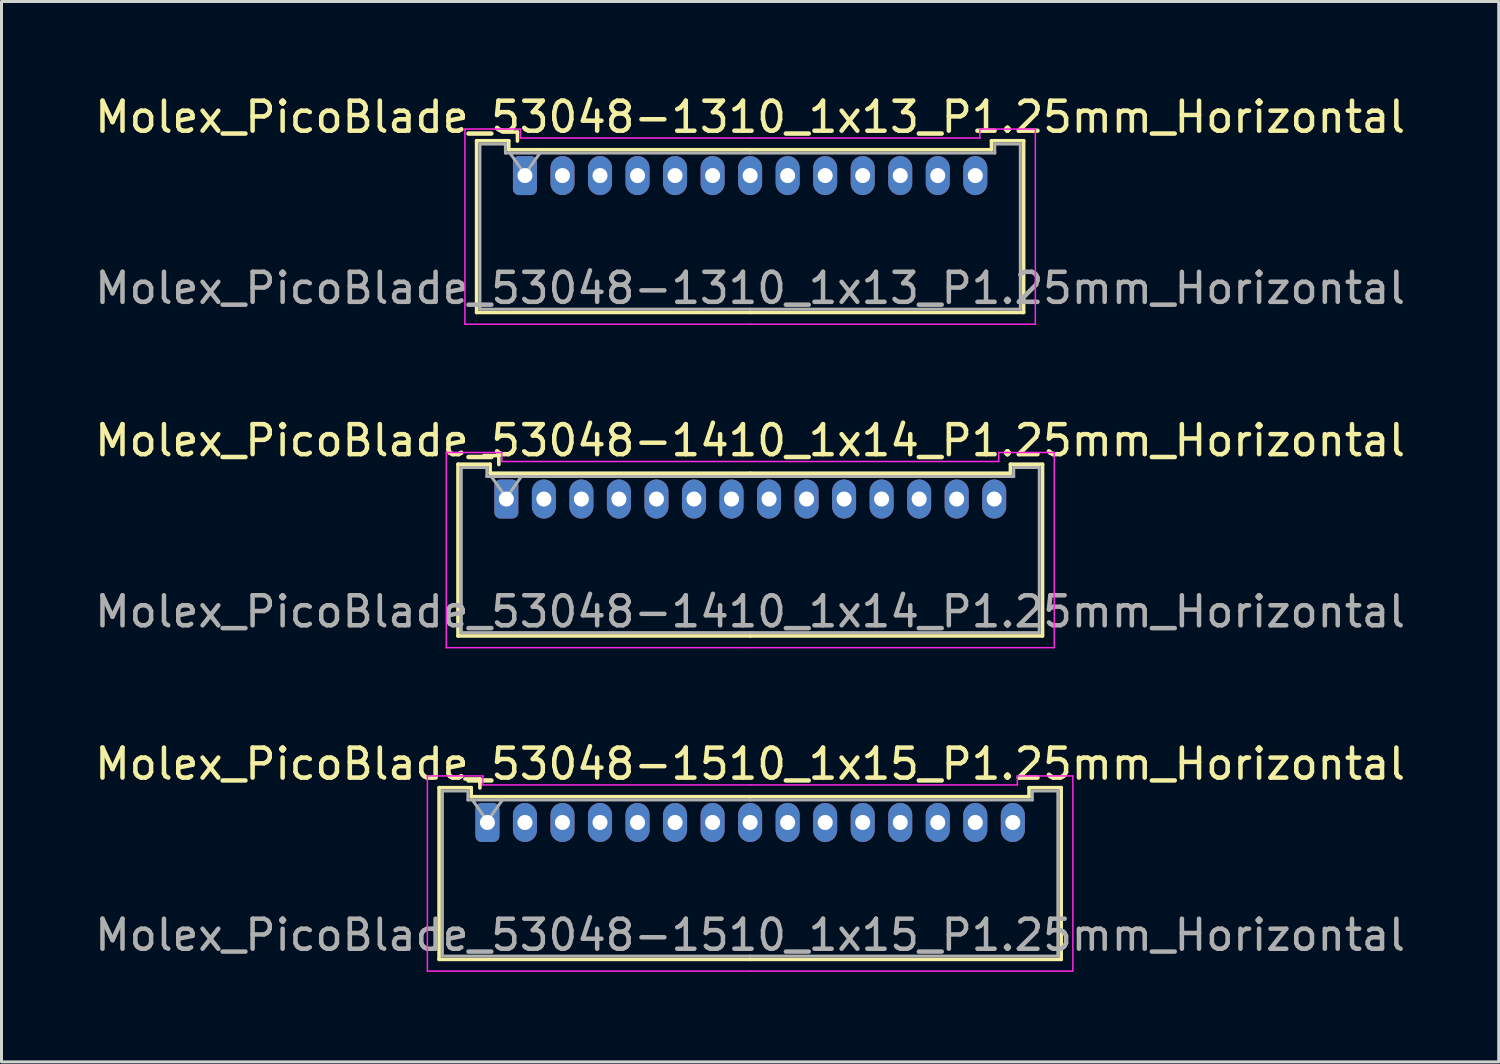
<source format=kicad_pcb>
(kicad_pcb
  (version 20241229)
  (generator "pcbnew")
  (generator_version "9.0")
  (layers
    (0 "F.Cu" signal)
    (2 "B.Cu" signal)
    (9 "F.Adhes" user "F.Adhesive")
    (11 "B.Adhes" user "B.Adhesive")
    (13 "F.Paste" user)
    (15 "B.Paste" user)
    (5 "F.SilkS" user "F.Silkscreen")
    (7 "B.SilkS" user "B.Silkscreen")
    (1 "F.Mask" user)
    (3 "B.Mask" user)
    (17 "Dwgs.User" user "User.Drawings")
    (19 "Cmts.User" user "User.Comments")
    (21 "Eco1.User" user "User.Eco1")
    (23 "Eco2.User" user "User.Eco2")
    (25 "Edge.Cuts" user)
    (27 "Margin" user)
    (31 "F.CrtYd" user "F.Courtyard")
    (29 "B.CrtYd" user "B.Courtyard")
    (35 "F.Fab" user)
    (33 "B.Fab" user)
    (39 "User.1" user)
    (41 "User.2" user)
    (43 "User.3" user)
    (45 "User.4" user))
  (footprint "Molex_PicoBlade_53048-1410_1x14_P1.25mm_Horizontal"
    (layer "F.Cu")
    (at 13.815 13.572)
    (property "Reference" "Molex_PicoBlade_53048-1410_1x14_P1.25mm_Horizontal" (at 8.12 -1.95 0) (layer "F.SilkS") (effects (font (size 1 1) (thickness 0.15))))
    (attr through_hole)
    (fp_line (start -1.61 -1.16) (end -1.61 4.56) (stroke (width 0.12) (type solid)) (layer "F.SilkS"))
    (fp_line (start -1.61 4.56) (end 8.125 4.56) (stroke (width 0.12) (type solid)) (layer "F.SilkS"))
    (fp_line (start -0.54 -1.16) (end -1.61 -1.16) (stroke (width 0.12) (type solid)) (layer "F.SilkS"))
    (fp_line (start -0.54 -0.86) (end -0.54 -1.16) (stroke (width 0.12) (type solid)) (layer "F.SilkS"))
    (fp_line (start -0.25 -1.45) (end -0.75 -1.45) (stroke (width 0.12) (type solid)) (layer "F.SilkS"))
    (fp_line (start -0.25 -1.15) (end -0.25 -1.45) (stroke (width 0.12) (type solid)) (layer "F.SilkS"))
    (fp_line (start 8.125 -0.86) (end -0.54 -0.86) (stroke (width 0.12) (type solid)) (layer "F.SilkS"))
    (fp_line (start 8.125 -0.86) (end 16.79 -0.86) (stroke (width 0.12) (type solid)) (layer "F.SilkS"))
    (fp_line (start 16.79 -1.16) (end 17.86 -1.16) (stroke (width 0.12) (type solid)) (layer "F.SilkS"))
    (fp_line (start 16.79 -0.86) (end 16.79 -1.16) (stroke (width 0.12) (type solid)) (layer "F.SilkS"))
    (fp_line (start 17.86 -1.16) (end 17.86 4.56) (stroke (width 0.12) (type solid)) (layer "F.SilkS"))
    (fp_line (start 17.86 4.56) (end 8.125 4.56) (stroke (width 0.12) (type solid)) (layer "F.SilkS"))
    (fp_line (start -2 -1.55) (end -2 4.95) (stroke (width 0.05) (type solid)) (layer "F.CrtYd"))
    (fp_line (start -2 4.95) (end 8.12 4.95) (stroke (width 0.05) (type solid)) (layer "F.CrtYd"))
    (fp_line (start -0.15 -1.55) (end -2 -1.55) (stroke (width 0.05) (type solid)) (layer "F.CrtYd"))
    (fp_line (start -0.15 -1.25) (end -0.15 -1.55) (stroke (width 0.05) (type solid)) (layer "F.CrtYd"))
    (fp_line (start 8.12 -1.25) (end -0.15 -1.25) (stroke (width 0.05) (type solid)) (layer "F.CrtYd"))
    (fp_line (start 8.13 -1.25) (end 16.4 -1.25) (stroke (width 0.05) (type solid)) (layer "F.CrtYd"))
    (fp_line (start 16.4 -1.55) (end 18.25 -1.55) (stroke (width 0.05) (type solid)) (layer "F.CrtYd"))
    (fp_line (start 16.4 -1.25) (end 16.4 -1.55) (stroke (width 0.05) (type solid)) (layer "F.CrtYd"))
    (fp_line (start 18.25 -1.55) (end 18.25 4.95) (stroke (width 0.05) (type solid)) (layer "F.CrtYd"))
    (fp_line (start 18.25 4.95) (end 8.13 4.95) (stroke (width 0.05) (type solid)) (layer "F.CrtYd"))
    (fp_line (start -1.5 -1.05) (end -1.5 4.45) (stroke (width 0.1) (type solid)) (layer "F.Fab"))
    (fp_line (start -1.5 4.45) (end 8.125 4.45) (stroke (width 0.1) (type solid)) (layer "F.Fab"))
    (fp_line (start -0.65 -1.05) (end -1.5 -1.05) (stroke (width 0.1) (type solid)) (layer "F.Fab"))
    (fp_line (start -0.65 -0.75) (end -0.65 -1.05) (stroke (width 0.1) (type solid)) (layer "F.Fab"))
    (fp_line (start -0.5 -0.75) (end 0 -0.043) (stroke (width 0.1) (type solid)) (layer "F.Fab"))
    (fp_line (start 0 -0.043) (end 0.5 -0.75) (stroke (width 0.1) (type solid)) (layer "F.Fab"))
    (fp_line (start 8.125 -0.75) (end -0.65 -0.75) (stroke (width 0.1) (type solid)) (layer "F.Fab"))
    (fp_line (start 8.125 -0.75) (end 16.9 -0.75) (stroke (width 0.1) (type solid)) (layer "F.Fab"))
    (fp_line (start 16.9 -1.05) (end 17.75 -1.05) (stroke (width 0.1) (type solid)) (layer "F.Fab"))
    (fp_line (start 16.9 -0.75) (end 16.9 -1.05) (stroke (width 0.1) (type solid)) (layer "F.Fab"))
    (fp_line (start 17.75 -1.05) (end 17.75 4.45) (stroke (width 0.1) (type solid)) (layer "F.Fab"))
    (fp_line (start 17.75 4.45) (end 8.125 4.45) (stroke (width 0.1) (type solid)) (layer "F.Fab"))
    (fp_text user "${REFERENCE}" (at 8.12 3.75 0) (layer "F.Fab") (effects (font (size 1 1) (thickness 0.15))))
    (pad "1" thru_hole roundrect (at 0 0) (size 0.8 1.3) (drill 0.5) (layers "*.Cu" "*.Mask") (roundrect_rratio 0.25))
    (pad "2" thru_hole oval (at 1.25 0) (size 0.8 1.3) (drill 0.5) (layers "*.Cu" "*.Mask"))
    (pad "3" thru_hole oval (at 2.5 0) (size 0.8 1.3) (drill 0.5) (layers "*.Cu" "*.Mask"))
    (pad "4" thru_hole oval (at 3.75 0) (size 0.8 1.3) (drill 0.5) (layers "*.Cu" "*.Mask"))
    (pad "5" thru_hole oval (at 5 0) (size 0.8 1.3) (drill 0.5) (layers "*.Cu" "*.Mask"))
    (pad "6" thru_hole oval (at 6.25 0) (size 0.8 1.3) (drill 0.5) (layers "*.Cu" "*.Mask"))
    (pad "7" thru_hole oval (at 7.5 0) (size 0.8 1.3) (drill 0.5) (layers "*.Cu" "*.Mask"))
    (pad "8" thru_hole oval (at 8.75 0) (size 0.8 1.3) (drill 0.5) (layers "*.Cu" "*.Mask"))
    (pad "9" thru_hole oval (at 10 0) (size 0.8 1.3) (drill 0.5) (layers "*.Cu" "*.Mask"))
    (pad "10" thru_hole oval (at 11.25 0) (size 0.8 1.3) (drill 0.5) (layers "*.Cu" "*.Mask"))
    (pad "11" thru_hole oval (at 12.5 0) (size 0.8 1.3) (drill 0.5) (layers "*.Cu" "*.Mask"))
    (pad "12" thru_hole oval (at 13.75 0) (size 0.8 1.3) (drill 0.5) (layers "*.Cu" "*.Mask"))
    (pad "13" thru_hole oval (at 15 0) (size 0.8 1.3) (drill 0.5) (layers "*.Cu" "*.Mask"))
    (pad "14" thru_hole oval (at 16.25 0) (size 0.8 1.3) (drill 0.5) (layers "*.Cu" "*.Mask")))
  (footprint "Molex_PicoBlade_53048-1510_1x15_P1.25mm_Horizontal"
    (layer "F.Cu")
    (at 13.185 24.345)
    (property "Reference" "Molex_PicoBlade_53048-1510_1x15_P1.25mm_Horizontal" (at 8.75 -1.95 0) (layer "F.SilkS") (effects (font (size 1 1) (thickness 0.15))))
    (attr through_hole)
    (fp_line (start -1.61 -1.16) (end -1.61 4.56) (stroke (width 0.12) (type solid)) (layer "F.SilkS"))
    (fp_line (start -1.61 4.56) (end 8.75 4.56) (stroke (width 0.12) (type solid)) (layer "F.SilkS"))
    (fp_line (start -0.54 -1.16) (end -1.61 -1.16) (stroke (width 0.12) (type solid)) (layer "F.SilkS"))
    (fp_line (start -0.54 -0.86) (end -0.54 -1.16) (stroke (width 0.12) (type solid)) (layer "F.SilkS"))
    (fp_line (start -0.25 -1.45) (end -0.75 -1.45) (stroke (width 0.12) (type solid)) (layer "F.SilkS"))
    (fp_line (start -0.25 -1.15) (end -0.25 -1.45) (stroke (width 0.12) (type solid)) (layer "F.SilkS"))
    (fp_line (start 8.75 -0.86) (end -0.54 -0.86) (stroke (width 0.12) (type solid)) (layer "F.SilkS"))
    (fp_line (start 8.75 -0.86) (end 18.04 -0.86) (stroke (width 0.12) (type solid)) (layer "F.SilkS"))
    (fp_line (start 18.04 -1.16) (end 19.11 -1.16) (stroke (width 0.12) (type solid)) (layer "F.SilkS"))
    (fp_line (start 18.04 -0.86) (end 18.04 -1.16) (stroke (width 0.12) (type solid)) (layer "F.SilkS"))
    (fp_line (start 19.11 -1.16) (end 19.11 4.56) (stroke (width 0.12) (type solid)) (layer "F.SilkS"))
    (fp_line (start 19.11 4.56) (end 8.75 4.56) (stroke (width 0.12) (type solid)) (layer "F.SilkS"))
    (fp_line (start -2 -1.55) (end -2 4.95) (stroke (width 0.05) (type solid)) (layer "F.CrtYd"))
    (fp_line (start -2 4.95) (end 8.75 4.95) (stroke (width 0.05) (type solid)) (layer "F.CrtYd"))
    (fp_line (start -0.15 -1.55) (end -2 -1.55) (stroke (width 0.05) (type solid)) (layer "F.CrtYd"))
    (fp_line (start -0.15 -1.25) (end -0.15 -1.55) (stroke (width 0.05) (type solid)) (layer "F.CrtYd"))
    (fp_line (start 8.75 -1.25) (end -0.15 -1.25) (stroke (width 0.05) (type solid)) (layer "F.CrtYd"))
    (fp_line (start 8.75 -1.25) (end 17.65 -1.25) (stroke (width 0.05) (type solid)) (layer "F.CrtYd"))
    (fp_line (start 17.65 -1.55) (end 19.5 -1.55) (stroke (width 0.05) (type solid)) (layer "F.CrtYd"))
    (fp_line (start 17.65 -1.25) (end 17.65 -1.55) (stroke (width 0.05) (type solid)) (layer "F.CrtYd"))
    (fp_line (start 19.5 -1.55) (end 19.5 4.95) (stroke (width 0.05) (type solid)) (layer "F.CrtYd"))
    (fp_line (start 19.5 4.95) (end 8.75 4.95) (stroke (width 0.05) (type solid)) (layer "F.CrtYd"))
    (fp_line (start -1.5 -1.05) (end -1.5 4.45) (stroke (width 0.1) (type solid)) (layer "F.Fab"))
    (fp_line (start -1.5 4.45) (end 8.75 4.45) (stroke (width 0.1) (type solid)) (layer "F.Fab"))
    (fp_line (start -0.65 -1.05) (end -1.5 -1.05) (stroke (width 0.1) (type solid)) (layer "F.Fab"))
    (fp_line (start -0.65 -0.75) (end -0.65 -1.05) (stroke (width 0.1) (type solid)) (layer "F.Fab"))
    (fp_line (start -0.5 -0.75) (end 0 -0.043) (stroke (width 0.1) (type solid)) (layer "F.Fab"))
    (fp_line (start 0 -0.043) (end 0.5 -0.75) (stroke (width 0.1) (type solid)) (layer "F.Fab"))
    (fp_line (start 8.75 -0.75) (end -0.65 -0.75) (stroke (width 0.1) (type solid)) (layer "F.Fab"))
    (fp_line (start 8.75 -0.75) (end 18.15 -0.75) (stroke (width 0.1) (type solid)) (layer "F.Fab"))
    (fp_line (start 18.15 -1.05) (end 19 -1.05) (stroke (width 0.1) (type solid)) (layer "F.Fab"))
    (fp_line (start 18.15 -0.75) (end 18.15 -1.05) (stroke (width 0.1) (type solid)) (layer "F.Fab"))
    (fp_line (start 19 -1.05) (end 19 4.45) (stroke (width 0.1) (type solid)) (layer "F.Fab"))
    (fp_line (start 19 4.45) (end 8.75 4.45) (stroke (width 0.1) (type solid)) (layer "F.Fab"))
    (fp_text user "${REFERENCE}" (at 8.75 3.75 0) (layer "F.Fab") (effects (font (size 1 1) (thickness 0.15))))
    (pad "1" thru_hole roundrect (at 0 0) (size 0.8 1.3) (drill 0.5) (layers "*.Cu" "*.Mask") (roundrect_rratio 0.25))
    (pad "2" thru_hole oval (at 1.25 0) (size 0.8 1.3) (drill 0.5) (layers "*.Cu" "*.Mask"))
    (pad "3" thru_hole oval (at 2.5 0) (size 0.8 1.3) (drill 0.5) (layers "*.Cu" "*.Mask"))
    (pad "4" thru_hole oval (at 3.75 0) (size 0.8 1.3) (drill 0.5) (layers "*.Cu" "*.Mask"))
    (pad "5" thru_hole oval (at 5 0) (size 0.8 1.3) (drill 0.5) (layers "*.Cu" "*.Mask"))
    (pad "6" thru_hole oval (at 6.25 0) (size 0.8 1.3) (drill 0.5) (layers "*.Cu" "*.Mask"))
    (pad "7" thru_hole oval (at 7.5 0) (size 0.8 1.3) (drill 0.5) (layers "*.Cu" "*.Mask"))
    (pad "8" thru_hole oval (at 8.75 0) (size 0.8 1.3) (drill 0.5) (layers "*.Cu" "*.Mask"))
    (pad "9" thru_hole oval (at 10 0) (size 0.8 1.3) (drill 0.5) (layers "*.Cu" "*.Mask"))
    (pad "10" thru_hole oval (at 11.25 0) (size 0.8 1.3) (drill 0.5) (layers "*.Cu" "*.Mask"))
    (pad "11" thru_hole oval (at 12.5 0) (size 0.8 1.3) (drill 0.5) (layers "*.Cu" "*.Mask"))
    (pad "12" thru_hole oval (at 13.75 0) (size 0.8 1.3) (drill 0.5) (layers "*.Cu" "*.Mask"))
    (pad "13" thru_hole oval (at 15 0) (size 0.8 1.3) (drill 0.5) (layers "*.Cu" "*.Mask"))
    (pad "14" thru_hole oval (at 16.25 0) (size 0.8 1.3) (drill 0.5) (layers "*.Cu" "*.Mask"))
    (pad "15" thru_hole oval (at 17.5 0) (size 0.8 1.3) (drill 0.5) (layers "*.Cu" "*.Mask")))
  (footprint "Molex_PicoBlade_53048-1310_1x13_P1.25mm_Horizontal"
    (layer "F.Cu")
    (at 14.435 2.798)
    (property "Reference" "Molex_PicoBlade_53048-1310_1x13_P1.25mm_Horizontal" (at 7.5 -1.95 0) (layer "F.SilkS") (effects (font (size 1 1) (thickness 0.15))))
    (attr through_hole)
    (fp_line (start -1.61 -1.16) (end -1.61 4.56) (stroke (width 0.12) (type solid)) (layer "F.SilkS"))
    (fp_line (start -1.61 4.56) (end 7.5 4.56) (stroke (width 0.12) (type solid)) (layer "F.SilkS"))
    (fp_line (start -0.54 -1.16) (end -1.61 -1.16) (stroke (width 0.12) (type solid)) (layer "F.SilkS"))
    (fp_line (start -0.54 -0.86) (end -0.54 -1.16) (stroke (width 0.12) (type solid)) (layer "F.SilkS"))
    (fp_line (start -0.25 -1.45) (end -0.75 -1.45) (stroke (width 0.12) (type solid)) (layer "F.SilkS"))
    (fp_line (start -0.25 -1.15) (end -0.25 -1.45) (stroke (width 0.12) (type solid)) (layer "F.SilkS"))
    (fp_line (start 7.5 -0.86) (end -0.54 -0.86) (stroke (width 0.12) (type solid)) (layer "F.SilkS"))
    (fp_line (start 7.5 -0.86) (end 15.54 -0.86) (stroke (width 0.12) (type solid)) (layer "F.SilkS"))
    (fp_line (start 15.54 -1.16) (end 16.61 -1.16) (stroke (width 0.12) (type solid)) (layer "F.SilkS"))
    (fp_line (start 15.54 -0.86) (end 15.54 -1.16) (stroke (width 0.12) (type solid)) (layer "F.SilkS"))
    (fp_line (start 16.61 -1.16) (end 16.61 4.56) (stroke (width 0.12) (type solid)) (layer "F.SilkS"))
    (fp_line (start 16.61 4.56) (end 7.5 4.56) (stroke (width 0.12) (type solid)) (layer "F.SilkS"))
    (fp_line (start -2 -1.55) (end -2 4.95) (stroke (width 0.05) (type solid)) (layer "F.CrtYd"))
    (fp_line (start -2 4.95) (end 7.5 4.95) (stroke (width 0.05) (type solid)) (layer "F.CrtYd"))
    (fp_line (start -0.15 -1.55) (end -2 -1.55) (stroke (width 0.05) (type solid)) (layer "F.CrtYd"))
    (fp_line (start -0.15 -1.25) (end -0.15 -1.55) (stroke (width 0.05) (type solid)) (layer "F.CrtYd"))
    (fp_line (start 7.5 -1.25) (end -0.15 -1.25) (stroke (width 0.05) (type solid)) (layer "F.CrtYd"))
    (fp_line (start 7.5 -1.25) (end 15.15 -1.25) (stroke (width 0.05) (type solid)) (layer "F.CrtYd"))
    (fp_line (start 15.15 -1.55) (end 17 -1.55) (stroke (width 0.05) (type solid)) (layer "F.CrtYd"))
    (fp_line (start 15.15 -1.25) (end 15.15 -1.55) (stroke (width 0.05) (type solid)) (layer "F.CrtYd"))
    (fp_line (start 17 -1.55) (end 17 4.95) (stroke (width 0.05) (type solid)) (layer "F.CrtYd"))
    (fp_line (start 17 4.95) (end 7.5 4.95) (stroke (width 0.05) (type solid)) (layer "F.CrtYd"))
    (fp_line (start -1.5 -1.05) (end -1.5 4.45) (stroke (width 0.1) (type solid)) (layer "F.Fab"))
    (fp_line (start -1.5 4.45) (end 7.5 4.45) (stroke (width 0.1) (type solid)) (layer "F.Fab"))
    (fp_line (start -0.65 -1.05) (end -1.5 -1.05) (stroke (width 0.1) (type solid)) (layer "F.Fab"))
    (fp_line (start -0.65 -0.75) (end -0.65 -1.05) (stroke (width 0.1) (type solid)) (layer "F.Fab"))
    (fp_line (start -0.5 -0.75) (end 0 -0.043) (stroke (width 0.1) (type solid)) (layer "F.Fab"))
    (fp_line (start 0 -0.043) (end 0.5 -0.75) (stroke (width 0.1) (type solid)) (layer "F.Fab"))
    (fp_line (start 7.5 -0.75) (end -0.65 -0.75) (stroke (width 0.1) (type solid)) (layer "F.Fab"))
    (fp_line (start 7.5 -0.75) (end 15.65 -0.75) (stroke (width 0.1) (type solid)) (layer "F.Fab"))
    (fp_line (start 15.65 -1.05) (end 16.5 -1.05) (stroke (width 0.1) (type solid)) (layer "F.Fab"))
    (fp_line (start 15.65 -0.75) (end 15.65 -1.05) (stroke (width 0.1) (type solid)) (layer "F.Fab"))
    (fp_line (start 16.5 -1.05) (end 16.5 4.45) (stroke (width 0.1) (type solid)) (layer "F.Fab"))
    (fp_line (start 16.5 4.45) (end 7.5 4.45) (stroke (width 0.1) (type solid)) (layer "F.Fab"))
    (fp_text user "${REFERENCE}" (at 7.5 3.75 0) (layer "F.Fab") (effects (font (size 1 1) (thickness 0.15))))
    (pad "1" thru_hole roundrect (at 0 0) (size 0.8 1.3) (drill 0.5) (layers "*.Cu" "*.Mask") (roundrect_rratio 0.25))
    (pad "2" thru_hole oval (at 1.25 0) (size 0.8 1.3) (drill 0.5) (layers "*.Cu" "*.Mask"))
    (pad "3" thru_hole oval (at 2.5 0) (size 0.8 1.3) (drill 0.5) (layers "*.Cu" "*.Mask"))
    (pad "4" thru_hole oval (at 3.75 0) (size 0.8 1.3) (drill 0.5) (layers "*.Cu" "*.Mask"))
    (pad "5" thru_hole oval (at 5 0) (size 0.8 1.3) (drill 0.5) (layers "*.Cu" "*.Mask"))
    (pad "6" thru_hole oval (at 6.25 0) (size 0.8 1.3) (drill 0.5) (layers "*.Cu" "*.Mask"))
    (pad "7" thru_hole oval (at 7.5 0) (size 0.8 1.3) (drill 0.5) (layers "*.Cu" "*.Mask"))
    (pad "8" thru_hole oval (at 8.75 0) (size 0.8 1.3) (drill 0.5) (layers "*.Cu" "*.Mask"))
    (pad "9" thru_hole oval (at 10 0) (size 0.8 1.3) (drill 0.5) (layers "*.Cu" "*.Mask"))
    (pad "10" thru_hole oval (at 11.25 0) (size 0.8 1.3) (drill 0.5) (layers "*.Cu" "*.Mask"))
    (pad "11" thru_hole oval (at 12.5 0) (size 0.8 1.3) (drill 0.5) (layers "*.Cu" "*.Mask"))
    (pad "12" thru_hole oval (at 13.75 0) (size 0.8 1.3) (drill 0.5) (layers "*.Cu" "*.Mask"))
    (pad "13" thru_hole oval (at 15 0) (size 0.8 1.3) (drill 0.5) (layers "*.Cu" "*.Mask")))
  (gr_rect
    (start -3 -3)
    (end 46.869 32.32)
    (stroke (width 0.1) (type default))
    (fill no)
    (layer "Edge.Cuts")))
</source>
